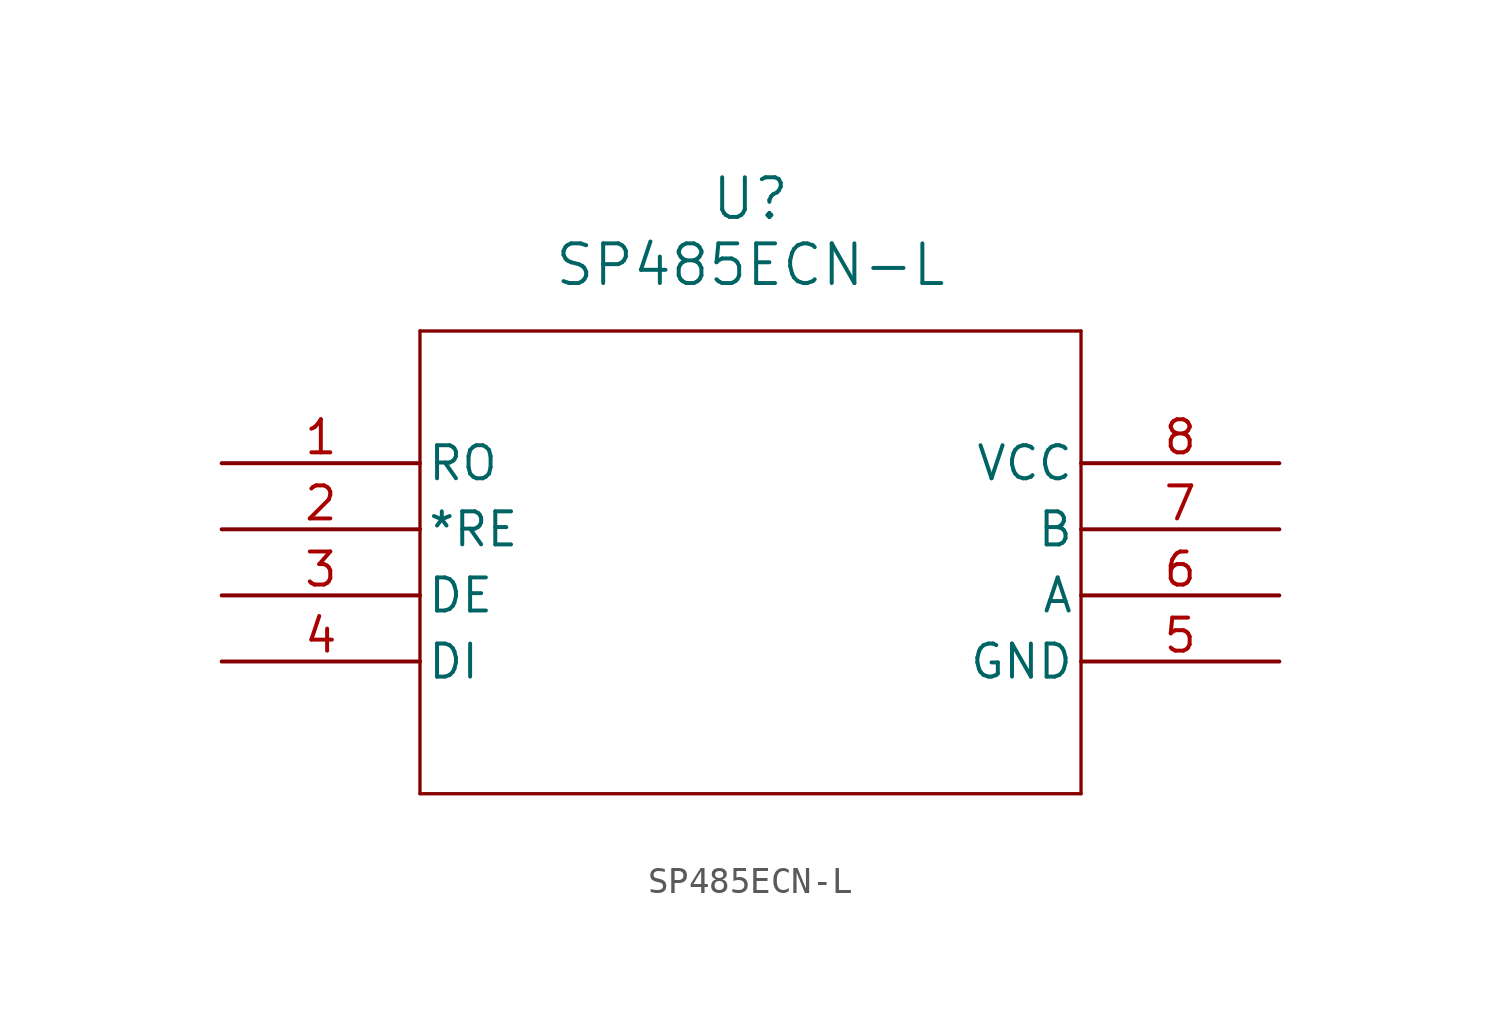
<source format=kicad_sym>
(kicad_symbol_lib
  (version 20211014)
  (generator kicad_symbol_editor)
  (symbol "SP485ECN-L"
    (pin_names
      (offset 0.254))
    (property "Reference" "U"
      (at 20.32 10.16 0)
      (effects (font (size 1.524 1.524))))
    (property "Value" "SP485ECN-L"
      (at 20.32 7.62 0)
      (effects (font (size 1.524 1.524))))
    (symbol "SP485ECN-L_0_1"
      (polyline (pts (xy 7.62 5.08) (xy 7.62 -12.7)) (stroke (width 0.127) (type default) (color 0 0 0 0)) (fill (type none)))
      (polyline (pts (xy 7.62 -12.7) (xy 33.02 -12.7)) (stroke (width 0.127) (type default) (color 0 0 0 0)) (fill (type none)))
      (polyline (pts (xy 33.02 -12.7) (xy 33.02 5.08)) (stroke (width 0.127) (type default) (color 0 0 0 0)) (fill (type none)))
      (polyline (pts (xy 33.02 5.08) (xy 7.62 5.08)) (stroke (width 0.127) (type default) (color 0 0 0 0)) (fill (type none)))
      (pin output line (at 0 0 0) (length 7.62) (name "RO" (effects (font (size 1.27 1.27)))) (number "1" (effects (font (size 1.27 1.27)))))
      (pin output line (at 0 -2.54 0) (length 7.62) (name "*RE" (effects (font (size 1.27 1.27)))) (number "2" (effects (font (size 1.27 1.27)))))
      (pin output line (at 0 -5.08 0) (length 7.62) (name "DE" (effects (font (size 1.27 1.27)))) (number "3" (effects (font (size 1.27 1.27)))))
      (pin input line (at 0 -7.62 0) (length 7.62) (name "DI" (effects (font (size 1.27 1.27)))) (number "4" (effects (font (size 1.27 1.27)))))
      (pin power_out line (at 40.64 -7.62 180) (length 7.62) (name "GND" (effects (font (size 1.27 1.27)))) (number "5" (effects (font (size 1.27 1.27)))))
      (pin bidirectional line (at 40.64 -5.08 180) (length 7.62) (name "A" (effects (font (size 1.27 1.27)))) (number "6" (effects (font (size 1.27 1.27)))))
      (pin bidirectional line (at 40.64 -2.54 180) (length 7.62) (name "B" (effects (font (size 1.27 1.27)))) (number "7" (effects (font (size 1.27 1.27)))))
      (pin power_in line (at 40.64 0 180) (length 7.62) (name "VCC" (effects (font (size 1.27 1.27)))) (number "8" (effects (font (size 1.27 1.27))))))))
</source>
